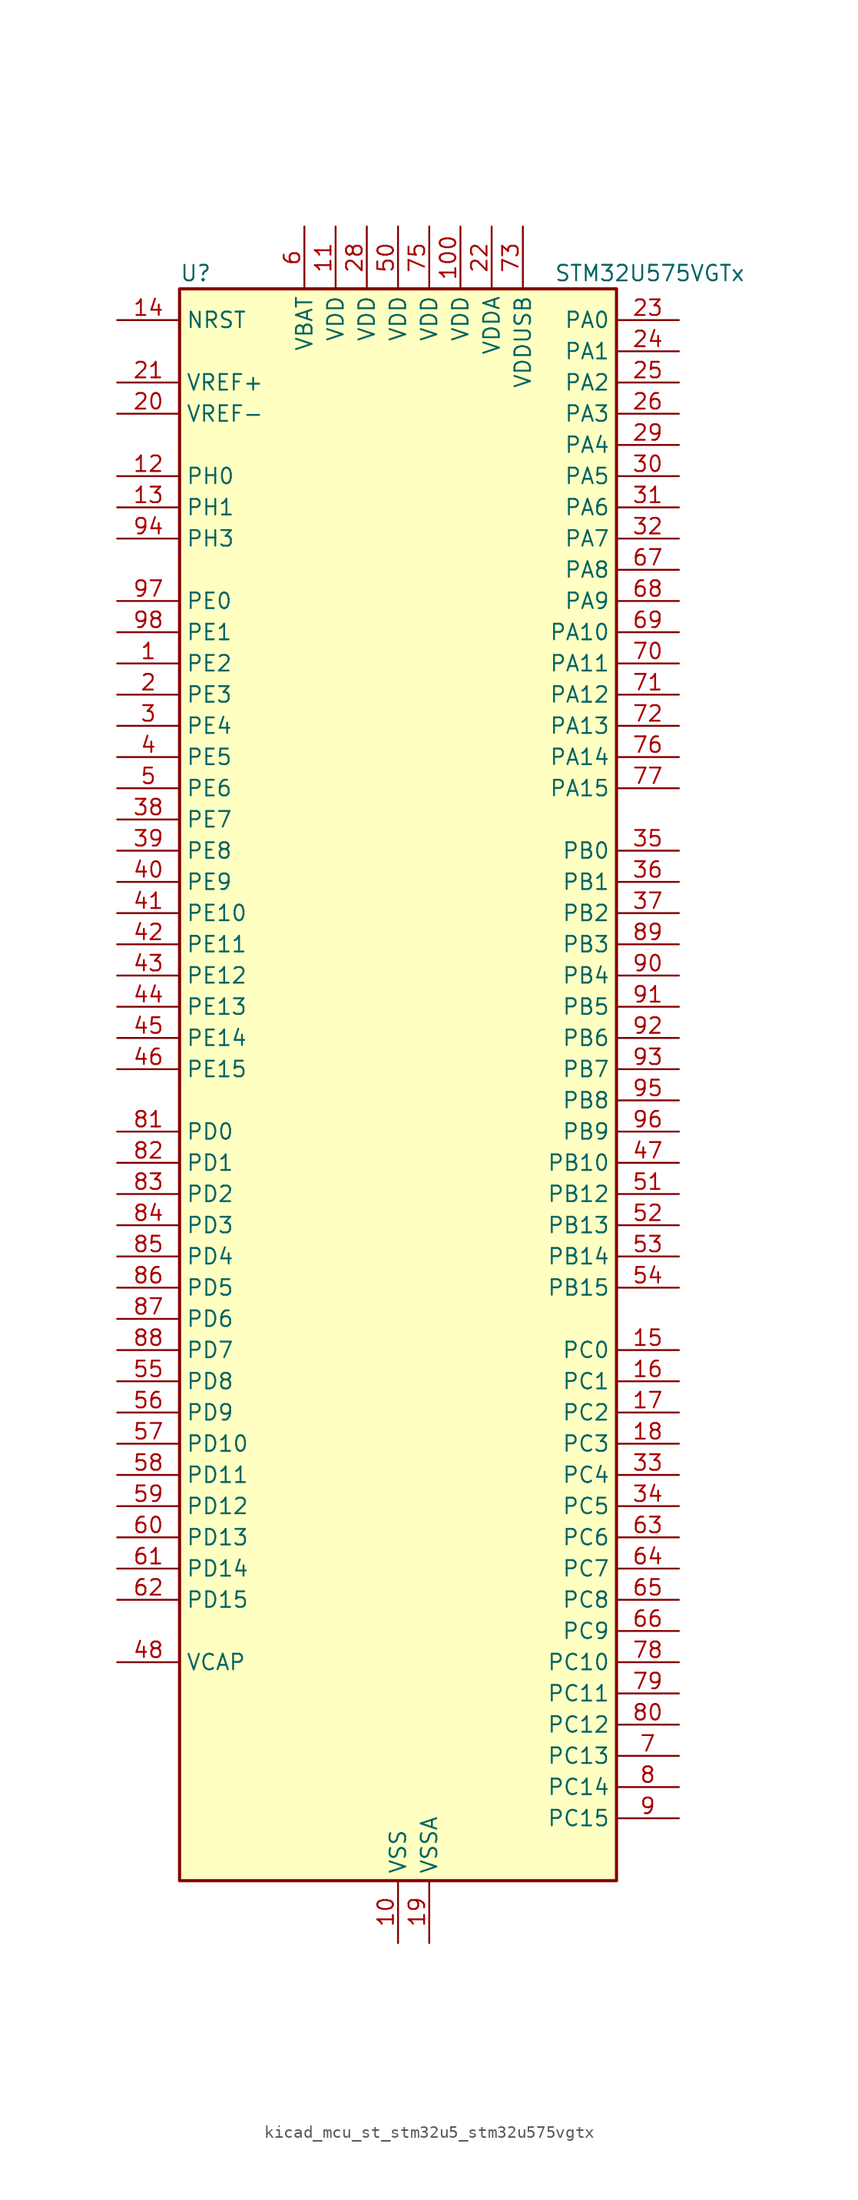
<source format=kicad_sym>
(kicad_symbol_lib
  (version 20220914)
  (generator kicad_symbol_editor)
  (symbol "kicad_mcu_st_stm32u5_stm32u575vgtx"
    (property "Reference" "U"
      (at -17.78 67.31 0)
      (effects (font (size 1.27 1.27)) (justify left)))
    (property "Value" "STM32U575VGTx"
      (at 12.7 67.31 0)
      (effects (font (size 1.27 1.27)) (justify left)))
    (property "ki_locked" ""
      (at 0 0 0)
      (effects (font (size 1.27 1.27))))
    (symbol "kicad_mcu_st_stm32u5_stm32u575vgtx_0_1"
      (rectangle (start -17.78 -63.5) (end 17.78 66.04) (stroke (width 0.254) (type default)) (fill (type background))))
    (symbol "kicad_mcu_st_stm32u5_stm32u575vgtx_1_1"
      (pin bidirectional line (at -22.86 35.56 0) (length 5.08) (name "PE2" (effects (font (size 1.27 1.27)))) (number "1" (effects (font (size 1.27 1.27)))) (alternate "DEBUG_TRACECLK" bidirectional line) (alternate "FMC_A23" bidirectional line) (alternate "SAI1_CK1" bidirectional line) (alternate "SAI1_MCLK_A" bidirectional line) (alternate "TIM3_ETR" bidirectional line) (alternate "TSC_G7_IO1" bidirectional line))
      (pin power_in line (at 0 -68.58 90) (length 5.08) (name "VSS" (effects (font (size 1.27 1.27)))) (number "10" (effects (font (size 1.27 1.27)))))
      (pin power_in line (at 5.08 71.12 270) (length 5.08) (name "VDD" (effects (font (size 1.27 1.27)))) (number "100" (effects (font (size 1.27 1.27)))))
      (pin power_in line (at -5.08 71.12 270) (length 5.08) (name "VDD" (effects (font (size 1.27 1.27)))) (number "11" (effects (font (size 1.27 1.27)))))
      (pin bidirectional line (at -22.86 50.8 0) (length 5.08) (name "PH0" (effects (font (size 1.27 1.27)))) (number "12" (effects (font (size 1.27 1.27)))) (alternate "RCC_OSC_IN" bidirectional line))
      (pin bidirectional line (at -22.86 48.26 0) (length 5.08) (name "PH1" (effects (font (size 1.27 1.27)))) (number "13" (effects (font (size 1.27 1.27)))) (alternate "RCC_OSC_OUT" bidirectional line))
      (pin input line (at -22.86 63.5 0) (length 5.08) (name "NRST" (effects (font (size 1.27 1.27)))) (number "14" (effects (font (size 1.27 1.27)))))
      (pin bidirectional line (at 22.86 -20.32 180) (length 5.08) (name "PC0" (effects (font (size 1.27 1.27)))) (number "15" (effects (font (size 1.27 1.27)))) (alternate "ADC1_IN1" bidirectional line) (alternate "ADC4_IN1" bidirectional line) (alternate "I2C3_SCL" bidirectional line) (alternate "LPTIM1_IN1" bidirectional line) (alternate "LPTIM2_IN1" bidirectional line) (alternate "LPUART1_RX" bidirectional line) (alternate "MDF1_SDI4" bidirectional line) (alternate "OCTOSPIM_P1_IO7" bidirectional line) (alternate "SAI2_FS_A" bidirectional line) (alternate "SDMMC1_D5" bidirectional line) (alternate "SPI2_RDY" bidirectional line))
      (pin bidirectional line (at 22.86 -22.86 180) (length 5.08) (name "PC1" (effects (font (size 1.27 1.27)))) (number "16" (effects (font (size 1.27 1.27)))) (alternate "ADC1_IN2" bidirectional line) (alternate "ADC4_IN2" bidirectional line) (alternate "DEBUG_TRACED0" bidirectional line) (alternate "I2C3_SDA" bidirectional line) (alternate "LPTIM1_CH1" bidirectional line) (alternate "LPUART1_TX" bidirectional line) (alternate "MDF1_CKI4" bidirectional line) (alternate "OCTOSPIM_P1_IO4" bidirectional line) (alternate "SAI1_SD_A" bidirectional line) (alternate "SDMMC2_CK" bidirectional line) (alternate "SPI2_MOSI" bidirectional line))
      (pin bidirectional line (at 22.86 -25.4 180) (length 5.08) (name "PC2" (effects (font (size 1.27 1.27)))) (number "17" (effects (font (size 1.27 1.27)))) (alternate "ADC1_IN3" bidirectional line) (alternate "ADC4_IN3" bidirectional line) (alternate "LPTIM1_IN2" bidirectional line) (alternate "MDF1_CCK1" bidirectional line) (alternate "OCTOSPIM_P1_IO5" bidirectional line) (alternate "SPI2_MISO" bidirectional line))
      (pin bidirectional line (at 22.86 -27.94 180) (length 5.08) (name "PC3" (effects (font (size 1.27 1.27)))) (number "18" (effects (font (size 1.27 1.27)))) (alternate "ADC1_IN4" bidirectional line) (alternate "ADC4_IN4" bidirectional line) (alternate "LPTIM1_ETR" bidirectional line) (alternate "LPTIM2_ETR" bidirectional line) (alternate "LPTIM3_CH1" bidirectional line) (alternate "OCTOSPIM_P1_IO6" bidirectional line) (alternate "SAI1_D1" bidirectional line) (alternate "SAI1_SD_A" bidirectional line) (alternate "SPI2_MOSI" bidirectional line))
      (pin power_in line (at 2.54 -68.58 90) (length 5.08) (name "VSSA" (effects (font (size 1.27 1.27)))) (number "19" (effects (font (size 1.27 1.27)))))
      (pin bidirectional line (at -22.86 33.02 0) (length 5.08) (name "PE3" (effects (font (size 1.27 1.27)))) (number "2" (effects (font (size 1.27 1.27)))) (alternate "DEBUG_TRACED0" bidirectional line) (alternate "FMC_A19" bidirectional line) (alternate "OCTOSPIM_P1_DQS" bidirectional line) (alternate "SAI1_SD_B" bidirectional line) (alternate "TAMP_IN6" bidirectional line) (alternate "TAMP_OUT3" bidirectional line) (alternate "TIM3_CH1" bidirectional line) (alternate "TSC_G7_IO2" bidirectional line))
      (pin input line (at -22.86 55.88 0) (length 5.08) (name "VREF-" (effects (font (size 1.27 1.27)))) (number "20" (effects (font (size 1.27 1.27)))))
      (pin input line (at -22.86 58.42 0) (length 5.08) (name "VREF+" (effects (font (size 1.27 1.27)))) (number "21" (effects (font (size 1.27 1.27)))) (alternate "VREFBUF_OUT" bidirectional line))
      (pin power_in line (at 7.62 71.12 270) (length 5.08) (name "VDDA" (effects (font (size 1.27 1.27)))) (number "22" (effects (font (size 1.27 1.27)))))
      (pin bidirectional line (at 22.86 63.5 180) (length 5.08) (name "PA0" (effects (font (size 1.27 1.27)))) (number "23" (effects (font (size 1.27 1.27)))) (alternate "ADC1_IN5" bidirectional line) (alternate "AUDIOCLK" bidirectional line) (alternate "OCTOSPIM_P2_NCS" bidirectional line) (alternate "OPAMP1_VINP" bidirectional line) (alternate "PWR_WKUP1" bidirectional line) (alternate "SDMMC2_CMD" bidirectional line) (alternate "SPI3_RDY" bidirectional line) (alternate "TAMP_IN2" bidirectional line) (alternate "TAMP_OUT1" bidirectional line) (alternate "TIM2_CH1" bidirectional line) (alternate "TIM2_ETR" bidirectional line) (alternate "TIM5_CH1" bidirectional line) (alternate "TIM8_ETR" bidirectional line) (alternate "UART4_TX" bidirectional line) (alternate "USART2_CTS" bidirectional line))
      (pin bidirectional line (at 22.86 60.96 180) (length 5.08) (name "PA1" (effects (font (size 1.27 1.27)))) (number "24" (effects (font (size 1.27 1.27)))) (alternate "ADC1_IN6" bidirectional line) (alternate "I2C1_SMBA" bidirectional line) (alternate "LPTIM1_CH2" bidirectional line) (alternate "OCTOSPIM_P1_DQS" bidirectional line) (alternate "OPAMP1_VINM" bidirectional line) (alternate "PWR_WKUP3" bidirectional line) (alternate "SPI1_SCK" bidirectional line) (alternate "TAMP_IN5" bidirectional line) (alternate "TAMP_OUT4" bidirectional line) (alternate "TIM15_CH1N" bidirectional line) (alternate "TIM2_CH2" bidirectional line) (alternate "TIM5_CH2" bidirectional line) (alternate "UART4_RX" bidirectional line) (alternate "USART2_DE" bidirectional line) (alternate "USART2_RTS" bidirectional line))
      (pin bidirectional line (at 22.86 58.42 180) (length 5.08) (name "PA2" (effects (font (size 1.27 1.27)))) (number "25" (effects (font (size 1.27 1.27)))) (alternate "ADC1_IN7" bidirectional line) (alternate "COMP1_INP" bidirectional line) (alternate "LPUART1_TX" bidirectional line) (alternate "OCTOSPIM_P1_NCS" bidirectional line) (alternate "PWR_WKUP4" bidirectional line) (alternate "RCC_LSCO" bidirectional line) (alternate "SPI1_RDY" bidirectional line) (alternate "TIM15_CH1" bidirectional line) (alternate "TIM2_CH3" bidirectional line) (alternate "TIM5_CH3" bidirectional line) (alternate "UCPD1_FRSTX1" bidirectional line) (alternate "USART2_TX" bidirectional line))
      (pin bidirectional line (at 22.86 55.88 180) (length 5.08) (name "PA3" (effects (font (size 1.27 1.27)))) (number "26" (effects (font (size 1.27 1.27)))) (alternate "ADC1_IN8" bidirectional line) (alternate "LPUART1_RX" bidirectional line) (alternate "OCTOSPIM_P1_CLK" bidirectional line) (alternate "OPAMP1_VOUT" bidirectional line) (alternate "PWR_WKUP5" bidirectional line) (alternate "SAI1_CK1" bidirectional line) (alternate "SAI1_MCLK_A" bidirectional line) (alternate "TIM15_CH2" bidirectional line) (alternate "TIM2_CH4" bidirectional line) (alternate "TIM5_CH4" bidirectional line) (alternate "USART2_RX" bidirectional line))
      (pin passive line (at 0 -68.58 90) (length 5.08) hide (name "VSS" (effects (font (size 1.27 1.27)))) (number "27" (effects (font (size 1.27 1.27)))))
      (pin power_in line (at -2.54 71.12 270) (length 5.08) (name "VDD" (effects (font (size 1.27 1.27)))) (number "28" (effects (font (size 1.27 1.27)))))
      (pin bidirectional line (at 22.86 53.34 180) (length 5.08) (name "PA4" (effects (font (size 1.27 1.27)))) (number "29" (effects (font (size 1.27 1.27)))) (alternate "ADC1_IN9" bidirectional line) (alternate "ADC4_IN9" bidirectional line) (alternate "DAC1_OUT1" bidirectional line) (alternate "DCMI_HSYNC" bidirectional line) (alternate "LPTIM2_CH1" bidirectional line) (alternate "OCTOSPIM_P1_NCS" bidirectional line) (alternate "PSSI_DE" bidirectional line) (alternate "PWR_WKUP2" bidirectional line) (alternate "SAI1_FS_B" bidirectional line) (alternate "SPI1_NSS" bidirectional line) (alternate "SPI3_NSS" bidirectional line) (alternate "USART2_CK" bidirectional line))
      (pin bidirectional line (at -22.86 30.48 0) (length 5.08) (name "PE4" (effects (font (size 1.27 1.27)))) (number "3" (effects (font (size 1.27 1.27)))) (alternate "DCMI_D4" bidirectional line) (alternate "DEBUG_TRACED1" bidirectional line) (alternate "FMC_A20" bidirectional line) (alternate "MDF1_SDI3" bidirectional line) (alternate "PSSI_D4" bidirectional line) (alternate "PWR_WKUP1" bidirectional line) (alternate "SAI1_D2" bidirectional line) (alternate "SAI1_FS_A" bidirectional line) (alternate "TAMP_IN7" bidirectional line) (alternate "TAMP_OUT8" bidirectional line) (alternate "TIM3_CH2" bidirectional line) (alternate "TSC_G7_IO3" bidirectional line))
      (pin bidirectional line (at 22.86 50.8 180) (length 5.08) (name "PA5" (effects (font (size 1.27 1.27)))) (number "30" (effects (font (size 1.27 1.27)))) (alternate "ADC1_IN10" bidirectional line) (alternate "ADC4_IN10" bidirectional line) (alternate "DAC1_OUT2" bidirectional line) (alternate "LPTIM2_ETR" bidirectional line) (alternate "PSSI_D14" bidirectional line) (alternate "PWR_CSLEEP" bidirectional line) (alternate "PWR_WKUP6" bidirectional line) (alternate "SPI1_SCK" bidirectional line) (alternate "TIM2_CH1" bidirectional line) (alternate "TIM2_ETR" bidirectional line) (alternate "TIM8_CH1N" bidirectional line) (alternate "USART3_RX" bidirectional line))
      (pin bidirectional line (at 22.86 48.26 180) (length 5.08) (name "PA6" (effects (font (size 1.27 1.27)))) (number "31" (effects (font (size 1.27 1.27)))) (alternate "ADC1_IN11" bidirectional line) (alternate "ADC4_IN11" bidirectional line) (alternate "DCMI_PIXCLK" bidirectional line) (alternate "LPUART1_CTS" bidirectional line) (alternate "OCTOSPIM_P1_IO3" bidirectional line) (alternate "OPAMP2_VINP" bidirectional line) (alternate "PSSI_PDCK" bidirectional line) (alternate "PWR_CDSTOP" bidirectional line) (alternate "PWR_WKUP7" bidirectional line) (alternate "SPI1_MISO" bidirectional line) (alternate "TIM16_CH1" bidirectional line) (alternate "TIM1_BKIN" bidirectional line) (alternate "TIM3_CH1" bidirectional line) (alternate "TIM8_BKIN" bidirectional line) (alternate "USART3_CTS" bidirectional line))
      (pin bidirectional line (at 22.86 45.72 180) (length 5.08) (name "PA7" (effects (font (size 1.27 1.27)))) (number "32" (effects (font (size 1.27 1.27)))) (alternate "ADC1_IN12" bidirectional line) (alternate "ADC4_IN20" bidirectional line) (alternate "I2C3_SCL" bidirectional line) (alternate "LPTIM2_CH2" bidirectional line) (alternate "OCTOSPIM_P1_IO2" bidirectional line) (alternate "OPAMP2_VINM" bidirectional line) (alternate "PWR_SRDSTOP" bidirectional line) (alternate "PWR_WKUP8" bidirectional line) (alternate "SPI1_MOSI" bidirectional line) (alternate "TIM17_CH1" bidirectional line) (alternate "TIM1_CH1N" bidirectional line) (alternate "TIM3_CH2" bidirectional line) (alternate "TIM8_CH1N" bidirectional line) (alternate "USART3_TX" bidirectional line))
      (pin bidirectional line (at 22.86 -30.48 180) (length 5.08) (name "PC4" (effects (font (size 1.27 1.27)))) (number "33" (effects (font (size 1.27 1.27)))) (alternate "ADC1_IN13" bidirectional line) (alternate "ADC4_IN22" bidirectional line) (alternate "COMP1_INM" bidirectional line) (alternate "OCTOSPIM_P1_IO7" bidirectional line) (alternate "USART3_TX" bidirectional line))
      (pin bidirectional line (at 22.86 -33.02 180) (length 5.08) (name "PC5" (effects (font (size 1.27 1.27)))) (number "34" (effects (font (size 1.27 1.27)))) (alternate "ADC1_IN14" bidirectional line) (alternate "ADC4_IN23" bidirectional line) (alternate "COMP1_INP" bidirectional line) (alternate "PSSI_D15" bidirectional line) (alternate "PWR_WKUP5" bidirectional line) (alternate "SAI1_D3" bidirectional line) (alternate "TAMP_IN4" bidirectional line) (alternate "TAMP_OUT5" bidirectional line) (alternate "TIM1_CH4N" bidirectional line) (alternate "USART3_RX" bidirectional line))
      (pin bidirectional line (at 22.86 20.32 180) (length 5.08) (name "PB0" (effects (font (size 1.27 1.27)))) (number "35" (effects (font (size 1.27 1.27)))) (alternate "ADC1_IN15" bidirectional line) (alternate "ADC4_IN18" bidirectional line) (alternate "AUDIOCLK" bidirectional line) (alternate "COMP1_OUT" bidirectional line) (alternate "LPTIM3_CH1" bidirectional line) (alternate "OCTOSPIM_P1_IO1" bidirectional line) (alternate "OPAMP2_VOUT" bidirectional line) (alternate "SPI1_NSS" bidirectional line) (alternate "TIM1_CH2N" bidirectional line) (alternate "TIM3_CH3" bidirectional line) (alternate "TIM8_CH2N" bidirectional line) (alternate "USART3_CK" bidirectional line))
      (pin bidirectional line (at 22.86 17.78 180) (length 5.08) (name "PB1" (effects (font (size 1.27 1.27)))) (number "36" (effects (font (size 1.27 1.27)))) (alternate "ADC1_IN16" bidirectional line) (alternate "ADC4_IN19" bidirectional line) (alternate "COMP1_INM" bidirectional line) (alternate "LPTIM2_IN1" bidirectional line) (alternate "LPTIM3_CH2" bidirectional line) (alternate "LPUART1_DE" bidirectional line) (alternate "LPUART1_RTS" bidirectional line) (alternate "MDF1_SDI0" bidirectional line) (alternate "OCTOSPIM_P1_IO0" bidirectional line) (alternate "PWR_WKUP4" bidirectional line) (alternate "TIM1_CH3N" bidirectional line) (alternate "TIM3_CH4" bidirectional line) (alternate "TIM8_CH3N" bidirectional line) (alternate "USART3_DE" bidirectional line) (alternate "USART3_RTS" bidirectional line))
      (pin bidirectional line (at 22.86 15.24 180) (length 5.08) (name "PB2" (effects (font (size 1.27 1.27)))) (number "37" (effects (font (size 1.27 1.27)))) (alternate "ADC1_IN17" bidirectional line) (alternate "COMP1_INP" bidirectional line) (alternate "I2C3_SMBA" bidirectional line) (alternate "LPTIM1_CH1" bidirectional line) (alternate "MDF1_CKI0" bidirectional line) (alternate "OCTOSPIM_P1_DQS" bidirectional line) (alternate "PWR_WKUP1" bidirectional line) (alternate "RTC_OUT2" bidirectional line) (alternate "SPI1_RDY" bidirectional line) (alternate "TIM8_CH4N" bidirectional line) (alternate "UCPD1_FRSTX1" bidirectional line))
      (pin bidirectional line (at -22.86 22.86 0) (length 5.08) (name "PE7" (effects (font (size 1.27 1.27)))) (number "38" (effects (font (size 1.27 1.27)))) (alternate "FMC_D4" bidirectional line) (alternate "FMC_DA4" bidirectional line) (alternate "MDF1_SDI2" bidirectional line) (alternate "PWR_WKUP6" bidirectional line) (alternate "SAI1_SD_B" bidirectional line) (alternate "TIM1_ETR" bidirectional line))
      (pin bidirectional line (at -22.86 20.32 0) (length 5.08) (name "PE8" (effects (font (size 1.27 1.27)))) (number "39" (effects (font (size 1.27 1.27)))) (alternate "FMC_D5" bidirectional line) (alternate "FMC_DA5" bidirectional line) (alternate "MDF1_CKI2" bidirectional line) (alternate "PWR_WKUP7" bidirectional line) (alternate "SAI1_SCK_B" bidirectional line) (alternate "TIM1_CH1N" bidirectional line))
      (pin bidirectional line (at -22.86 27.94 0) (length 5.08) (name "PE5" (effects (font (size 1.27 1.27)))) (number "4" (effects (font (size 1.27 1.27)))) (alternate "DCMI_D6" bidirectional line) (alternate "DEBUG_TRACED2" bidirectional line) (alternate "FMC_A21" bidirectional line) (alternate "MDF1_CKI3" bidirectional line) (alternate "PSSI_D6" bidirectional line) (alternate "PWR_WKUP2" bidirectional line) (alternate "SAI1_CK2" bidirectional line) (alternate "SAI1_SCK_A" bidirectional line) (alternate "TAMP_IN8" bidirectional line) (alternate "TAMP_OUT7" bidirectional line) (alternate "TIM3_CH3" bidirectional line) (alternate "TSC_G7_IO4" bidirectional line))
      (pin bidirectional line (at -22.86 17.78 0) (length 5.08) (name "PE9" (effects (font (size 1.27 1.27)))) (number "40" (effects (font (size 1.27 1.27)))) (alternate "ADF1_CCK0" bidirectional line) (alternate "DAC1_EXTI9" bidirectional line) (alternate "FMC_D6" bidirectional line) (alternate "FMC_DA6" bidirectional line) (alternate "MDF1_CCK0" bidirectional line) (alternate "OCTOSPIM_P1_NCLK" bidirectional line) (alternate "SAI1_FS_B" bidirectional line) (alternate "TIM1_CH1" bidirectional line))
      (pin bidirectional line (at -22.86 15.24 0) (length 5.08) (name "PE10" (effects (font (size 1.27 1.27)))) (number "41" (effects (font (size 1.27 1.27)))) (alternate "ADF1_SDI0" bidirectional line) (alternate "FMC_D7" bidirectional line) (alternate "FMC_DA7" bidirectional line) (alternate "MDF1_SDI4" bidirectional line) (alternate "OCTOSPIM_P1_CLK" bidirectional line) (alternate "SAI1_MCLK_B" bidirectional line) (alternate "TIM1_CH2N" bidirectional line) (alternate "TSC_G5_IO1" bidirectional line))
      (pin bidirectional line (at -22.86 12.7 0) (length 5.08) (name "PE11" (effects (font (size 1.27 1.27)))) (number "42" (effects (font (size 1.27 1.27)))) (alternate "ADC1_EXTI11" bidirectional line) (alternate "FMC_D8" bidirectional line) (alternate "FMC_DA8" bidirectional line) (alternate "MDF1_CKI4" bidirectional line) (alternate "OCTOSPIM_P1_NCS" bidirectional line) (alternate "SPI1_RDY" bidirectional line) (alternate "TIM1_CH2" bidirectional line) (alternate "TSC_G5_IO2" bidirectional line))
      (pin bidirectional line (at -22.86 10.16 0) (length 5.08) (name "PE12" (effects (font (size 1.27 1.27)))) (number "43" (effects (font (size 1.27 1.27)))) (alternate "FMC_D9" bidirectional line) (alternate "FMC_DA9" bidirectional line) (alternate "MDF1_SDI5" bidirectional line) (alternate "OCTOSPIM_P1_IO0" bidirectional line) (alternate "SPI1_NSS" bidirectional line) (alternate "TIM1_CH3N" bidirectional line) (alternate "TSC_G5_IO3" bidirectional line))
      (pin bidirectional line (at -22.86 7.62 0) (length 5.08) (name "PE13" (effects (font (size 1.27 1.27)))) (number "44" (effects (font (size 1.27 1.27)))) (alternate "FMC_D10" bidirectional line) (alternate "FMC_DA10" bidirectional line) (alternate "MDF1_CKI5" bidirectional line) (alternate "OCTOSPIM_P1_IO1" bidirectional line) (alternate "SPI1_SCK" bidirectional line) (alternate "TIM1_CH3" bidirectional line) (alternate "TSC_G5_IO4" bidirectional line))
      (pin bidirectional line (at -22.86 5.08 0) (length 5.08) (name "PE14" (effects (font (size 1.27 1.27)))) (number "45" (effects (font (size 1.27 1.27)))) (alternate "FMC_D11" bidirectional line) (alternate "FMC_DA11" bidirectional line) (alternate "OCTOSPIM_P1_IO2" bidirectional line) (alternate "SPI1_MISO" bidirectional line) (alternate "TIM1_BKIN2" bidirectional line) (alternate "TIM1_CH4" bidirectional line))
      (pin bidirectional line (at -22.86 2.54 0) (length 5.08) (name "PE15" (effects (font (size 1.27 1.27)))) (number "46" (effects (font (size 1.27 1.27)))) (alternate "ADC1_EXTI15" bidirectional line) (alternate "ADC4_EXTI15" bidirectional line) (alternate "FMC_D12" bidirectional line) (alternate "FMC_DA12" bidirectional line) (alternate "OCTOSPIM_P1_IO3" bidirectional line) (alternate "SPI1_MOSI" bidirectional line) (alternate "TIM1_BKIN" bidirectional line) (alternate "TIM1_CH4N" bidirectional line))
      (pin bidirectional line (at 22.86 -5.08 180) (length 5.08) (name "PB10" (effects (font (size 1.27 1.27)))) (number "47" (effects (font (size 1.27 1.27)))) (alternate "COMP1_OUT" bidirectional line) (alternate "I2C2_SCL" bidirectional line) (alternate "I2C4_SCL" bidirectional line) (alternate "LPTIM3_CH1" bidirectional line) (alternate "LPUART1_RX" bidirectional line) (alternate "OCTOSPIM_P1_CLK" bidirectional line) (alternate "PWR_WKUP8" bidirectional line) (alternate "SAI1_SCK_A" bidirectional line) (alternate "SPI2_SCK" bidirectional line) (alternate "TIM2_CH3" bidirectional line) (alternate "TSC_SYNC" bidirectional line) (alternate "USART3_TX" bidirectional line))
      (pin power_out line (at -22.86 -45.72 0) (length 5.08) (name "VCAP" (effects (font (size 1.27 1.27)))) (number "48" (effects (font (size 1.27 1.27)))))
      (pin passive line (at 0 -68.58 90) (length 5.08) hide (name "VSS" (effects (font (size 1.27 1.27)))) (number "49" (effects (font (size 1.27 1.27)))))
      (pin bidirectional line (at -22.86 25.4 0) (length 5.08) (name "PE6" (effects (font (size 1.27 1.27)))) (number "5" (effects (font (size 1.27 1.27)))) (alternate "DCMI_D7" bidirectional line) (alternate "DEBUG_TRACED3" bidirectional line) (alternate "FMC_A22" bidirectional line) (alternate "PSSI_D7" bidirectional line) (alternate "PWR_WKUP3" bidirectional line) (alternate "SAI1_D1" bidirectional line) (alternate "SAI1_SD_A" bidirectional line) (alternate "TAMP_IN3" bidirectional line) (alternate "TAMP_OUT6" bidirectional line) (alternate "TIM3_CH4" bidirectional line))
      (pin power_in line (at 0 71.12 270) (length 5.08) (name "VDD" (effects (font (size 1.27 1.27)))) (number "50" (effects (font (size 1.27 1.27)))))
      (pin bidirectional line (at 22.86 -7.62 180) (length 5.08) (name "PB12" (effects (font (size 1.27 1.27)))) (number "51" (effects (font (size 1.27 1.27)))) (alternate "I2C2_SMBA" bidirectional line) (alternate "LPUART1_DE" bidirectional line) (alternate "LPUART1_RTS" bidirectional line) (alternate "MDF1_SDI1" bidirectional line) (alternate "OCTOSPIM_P1_NCLK" bidirectional line) (alternate "SAI2_FS_A" bidirectional line) (alternate "SPI2_NSS" bidirectional line) (alternate "TIM15_BKIN" bidirectional line) (alternate "TIM1_BKIN" bidirectional line) (alternate "TSC_G1_IO1" bidirectional line) (alternate "USART3_CK" bidirectional line))
      (pin bidirectional line (at 22.86 -10.16 180) (length 5.08) (name "PB13" (effects (font (size 1.27 1.27)))) (number "52" (effects (font (size 1.27 1.27)))) (alternate "I2C2_SCL" bidirectional line) (alternate "LPTIM3_IN1" bidirectional line) (alternate "LPUART1_CTS" bidirectional line) (alternate "MDF1_CKI1" bidirectional line) (alternate "SAI2_SCK_A" bidirectional line) (alternate "SPI2_SCK" bidirectional line) (alternate "TIM15_CH1N" bidirectional line) (alternate "TIM1_CH1N" bidirectional line) (alternate "TSC_G1_IO2" bidirectional line) (alternate "USART3_CTS" bidirectional line))
      (pin bidirectional line (at 22.86 -12.7 180) (length 5.08) (name "PB14" (effects (font (size 1.27 1.27)))) (number "53" (effects (font (size 1.27 1.27)))) (alternate "I2C2_SDA" bidirectional line) (alternate "LPTIM3_ETR" bidirectional line) (alternate "MDF1_SDI2" bidirectional line) (alternate "SAI2_MCLK_A" bidirectional line) (alternate "SDMMC2_D0" bidirectional line) (alternate "SPI2_MISO" bidirectional line) (alternate "TIM15_CH1" bidirectional line) (alternate "TIM1_CH2N" bidirectional line) (alternate "TIM8_CH2N" bidirectional line) (alternate "TSC_G1_IO3" bidirectional line) (alternate "UCPD1_DBCC2" bidirectional line) (alternate "USART3_DE" bidirectional line) (alternate "USART3_RTS" bidirectional line))
      (pin bidirectional line (at 22.86 -15.24 180) (length 5.08) (name "PB15" (effects (font (size 1.27 1.27)))) (number "54" (effects (font (size 1.27 1.27)))) (alternate "ADC1_EXTI15" bidirectional line) (alternate "ADC4_EXTI15" bidirectional line) (alternate "FMC_NBL1" bidirectional line) (alternate "LPTIM2_IN2" bidirectional line) (alternate "MDF1_CKI2" bidirectional line) (alternate "PWR_WKUP7" bidirectional line) (alternate "RTC_REFIN" bidirectional line) (alternate "SAI2_SD_A" bidirectional line) (alternate "SDMMC2_D1" bidirectional line) (alternate "SPI2_MOSI" bidirectional line) (alternate "TIM15_CH2" bidirectional line) (alternate "TIM1_CH3N" bidirectional line) (alternate "TIM8_CH3N" bidirectional line) (alternate "UCPD1_CC2" bidirectional line))
      (pin bidirectional line (at -22.86 -22.86 0) (length 5.08) (name "PD8" (effects (font (size 1.27 1.27)))) (number "55" (effects (font (size 1.27 1.27)))) (alternate "DCMI_HSYNC" bidirectional line) (alternate "FMC_D13" bidirectional line) (alternate "FMC_DA13" bidirectional line) (alternate "PSSI_DE" bidirectional line) (alternate "USART3_TX" bidirectional line))
      (pin bidirectional line (at -22.86 -25.4 0) (length 5.08) (name "PD9" (effects (font (size 1.27 1.27)))) (number "56" (effects (font (size 1.27 1.27)))) (alternate "DAC1_EXTI9" bidirectional line) (alternate "DCMI_PIXCLK" bidirectional line) (alternate "FMC_D14" bidirectional line) (alternate "FMC_DA14" bidirectional line) (alternate "LPTIM2_IN2" bidirectional line) (alternate "LPTIM3_IN1" bidirectional line) (alternate "PSSI_PDCK" bidirectional line) (alternate "SAI2_MCLK_A" bidirectional line) (alternate "USART3_RX" bidirectional line))
      (pin bidirectional line (at -22.86 -27.94 0) (length 5.08) (name "PD10" (effects (font (size 1.27 1.27)))) (number "57" (effects (font (size 1.27 1.27)))) (alternate "FMC_D15" bidirectional line) (alternate "FMC_DA15" bidirectional line) (alternate "LPTIM2_CH2" bidirectional line) (alternate "LPTIM3_ETR" bidirectional line) (alternate "SAI2_SCK_A" bidirectional line) (alternate "TSC_G6_IO1" bidirectional line) (alternate "USART3_CK" bidirectional line))
      (pin bidirectional line (at -22.86 -30.48 0) (length 5.08) (name "PD11" (effects (font (size 1.27 1.27)))) (number "58" (effects (font (size 1.27 1.27)))) (alternate "ADC1_EXTI11" bidirectional line) (alternate "ADC4_IN15" bidirectional line) (alternate "FMC_A16" bidirectional line) (alternate "FMC_CLE" bidirectional line) (alternate "I2C4_SMBA" bidirectional line) (alternate "LPTIM2_ETR" bidirectional line) (alternate "SAI2_SD_A" bidirectional line) (alternate "TSC_G6_IO2" bidirectional line) (alternate "USART3_CTS" bidirectional line))
      (pin bidirectional line (at -22.86 -33.02 0) (length 5.08) (name "PD12" (effects (font (size 1.27 1.27)))) (number "59" (effects (font (size 1.27 1.27)))) (alternate "ADC4_IN16" bidirectional line) (alternate "FMC_A17" bidirectional line) (alternate "FMC_ALE" bidirectional line) (alternate "I2C4_SCL" bidirectional line) (alternate "LPTIM2_IN1" bidirectional line) (alternate "SAI2_FS_A" bidirectional line) (alternate "TIM4_CH1" bidirectional line) (alternate "TSC_G6_IO3" bidirectional line) (alternate "USART3_DE" bidirectional line) (alternate "USART3_RTS" bidirectional line))
      (pin power_in line (at -7.62 71.12 270) (length 5.08) (name "VBAT" (effects (font (size 1.27 1.27)))) (number "6" (effects (font (size 1.27 1.27)))))
      (pin bidirectional line (at -22.86 -35.56 0) (length 5.08) (name "PD13" (effects (font (size 1.27 1.27)))) (number "60" (effects (font (size 1.27 1.27)))) (alternate "ADC4_IN17" bidirectional line) (alternate "FMC_A18" bidirectional line) (alternate "I2C4_SDA" bidirectional line) (alternate "LPTIM2_CH1" bidirectional line) (alternate "LPTIM4_IN1" bidirectional line) (alternate "TIM4_CH2" bidirectional line) (alternate "TSC_G6_IO4" bidirectional line))
      (pin bidirectional line (at -22.86 -38.1 0) (length 5.08) (name "PD14" (effects (font (size 1.27 1.27)))) (number "61" (effects (font (size 1.27 1.27)))) (alternate "FMC_D0" bidirectional line) (alternate "FMC_DA0" bidirectional line) (alternate "LPTIM3_CH1" bidirectional line) (alternate "TIM4_CH3" bidirectional line))
      (pin bidirectional line (at -22.86 -40.64 0) (length 5.08) (name "PD15" (effects (font (size 1.27 1.27)))) (number "62" (effects (font (size 1.27 1.27)))) (alternate "ADC1_EXTI15" bidirectional line) (alternate "ADC4_EXTI15" bidirectional line) (alternate "FMC_D1" bidirectional line) (alternate "FMC_DA1" bidirectional line) (alternate "LPTIM3_CH2" bidirectional line) (alternate "TIM4_CH4" bidirectional line))
      (pin bidirectional line (at 22.86 -35.56 180) (length 5.08) (name "PC6" (effects (font (size 1.27 1.27)))) (number "63" (effects (font (size 1.27 1.27)))) (alternate "DCMI_D0" bidirectional line) (alternate "MDF1_CKI3" bidirectional line) (alternate "PSSI_D0" bidirectional line) (alternate "PWR_CSLEEP" bidirectional line) (alternate "SAI2_MCLK_A" bidirectional line) (alternate "SDMMC1_D0DIR" bidirectional line) (alternate "SDMMC1_D6" bidirectional line) (alternate "SDMMC2_D6" bidirectional line) (alternate "TIM3_CH1" bidirectional line) (alternate "TIM8_CH1" bidirectional line) (alternate "TSC_G4_IO1" bidirectional line))
      (pin bidirectional line (at 22.86 -38.1 180) (length 5.08) (name "PC7" (effects (font (size 1.27 1.27)))) (number "64" (effects (font (size 1.27 1.27)))) (alternate "DCMI_D1" bidirectional line) (alternate "LPTIM2_CH2" bidirectional line) (alternate "MDF1_SDI3" bidirectional line) (alternate "PSSI_D1" bidirectional line) (alternate "PWR_CDSTOP" bidirectional line) (alternate "SAI2_MCLK_B" bidirectional line) (alternate "SDMMC1_D123DIR" bidirectional line) (alternate "SDMMC1_D7" bidirectional line) (alternate "SDMMC2_D7" bidirectional line) (alternate "TIM3_CH2" bidirectional line) (alternate "TIM8_CH2" bidirectional line) (alternate "TSC_G4_IO2" bidirectional line))
      (pin bidirectional line (at 22.86 -40.64 180) (length 5.08) (name "PC8" (effects (font (size 1.27 1.27)))) (number "65" (effects (font (size 1.27 1.27)))) (alternate "DCMI_D2" bidirectional line) (alternate "LPTIM3_CH1" bidirectional line) (alternate "PSSI_D2" bidirectional line) (alternate "PWR_SRDSTOP" bidirectional line) (alternate "SDMMC1_D0" bidirectional line) (alternate "TIM3_CH3" bidirectional line) (alternate "TIM8_CH3" bidirectional line) (alternate "TSC_G4_IO3" bidirectional line))
      (pin bidirectional line (at 22.86 -43.18 180) (length 5.08) (name "PC9" (effects (font (size 1.27 1.27)))) (number "66" (effects (font (size 1.27 1.27)))) (alternate "DAC1_EXTI9" bidirectional line) (alternate "DCMI_D3" bidirectional line) (alternate "DEBUG_TRACED0" bidirectional line) (alternate "LPTIM3_CH2" bidirectional line) (alternate "PSSI_D3" bidirectional line) (alternate "SDMMC1_D1" bidirectional line) (alternate "TIM3_CH4" bidirectional line) (alternate "TIM8_BKIN2" bidirectional line) (alternate "TIM8_CH4" bidirectional line) (alternate "TSC_G4_IO4" bidirectional line) (alternate "USB_OTG_FS_NOE" bidirectional line))
      (pin bidirectional line (at 22.86 43.18 180) (length 5.08) (name "PA8" (effects (font (size 1.27 1.27)))) (number "67" (effects (font (size 1.27 1.27)))) (alternate "DEBUG_TRACECLK" bidirectional line) (alternate "LPTIM2_CH1" bidirectional line) (alternate "RCC_MCO" bidirectional line) (alternate "SAI1_CK2" bidirectional line) (alternate "SAI1_SCK_A" bidirectional line) (alternate "SPI1_RDY" bidirectional line) (alternate "TIM1_CH1" bidirectional line) (alternate "USART1_CK" bidirectional line) (alternate "USB_OTG_FS_SOF" bidirectional line))
      (pin bidirectional line (at 22.86 40.64 180) (length 5.08) (name "PA9" (effects (font (size 1.27 1.27)))) (number "68" (effects (font (size 1.27 1.27)))) (alternate "DAC1_EXTI9" bidirectional line) (alternate "DCMI_D0" bidirectional line) (alternate "PSSI_D0" bidirectional line) (alternate "SAI1_FS_A" bidirectional line) (alternate "SPI2_SCK" bidirectional line) (alternate "TIM15_BKIN" bidirectional line) (alternate "TIM1_CH2" bidirectional line) (alternate "USART1_TX" bidirectional line) (alternate "USB_OTG_FS_VBUS" bidirectional line))
      (pin bidirectional line (at 22.86 38.1 180) (length 5.08) (name "PA10" (effects (font (size 1.27 1.27)))) (number "69" (effects (font (size 1.27 1.27)))) (alternate "CRS_SYNC" bidirectional line) (alternate "DCMI_D1" bidirectional line) (alternate "LPTIM2_IN2" bidirectional line) (alternate "PSSI_D1" bidirectional line) (alternate "SAI1_D1" bidirectional line) (alternate "SAI1_SD_A" bidirectional line) (alternate "TIM17_BKIN" bidirectional line) (alternate "TIM1_CH3" bidirectional line) (alternate "USART1_RX" bidirectional line) (alternate "USB_OTG_FS_ID" bidirectional line))
      (pin bidirectional line (at 22.86 -53.34 180) (length 5.08) (name "PC13" (effects (font (size 1.27 1.27)))) (number "7" (effects (font (size 1.27 1.27)))) (alternate "PWR_WKUP2" bidirectional line) (alternate "RTC_OUT1" bidirectional line) (alternate "RTC_TS" bidirectional line) (alternate "TAMP_IN1" bidirectional line) (alternate "TAMP_OUT2" bidirectional line))
      (pin bidirectional line (at 22.86 35.56 180) (length 5.08) (name "PA11" (effects (font (size 1.27 1.27)))) (number "70" (effects (font (size 1.27 1.27)))) (alternate "ADC1_EXTI11" bidirectional line) (alternate "FDCAN1_RX" bidirectional line) (alternate "SPI1_MISO" bidirectional line) (alternate "TIM1_BKIN2" bidirectional line) (alternate "TIM1_CH4" bidirectional line) (alternate "USART1_CTS" bidirectional line) (alternate "USB_OTG_FS_DM" bidirectional line))
      (pin bidirectional line (at 22.86 33.02 180) (length 5.08) (name "PA12" (effects (font (size 1.27 1.27)))) (number "71" (effects (font (size 1.27 1.27)))) (alternate "FDCAN1_TX" bidirectional line) (alternate "OCTOSPIM_P2_NCS" bidirectional line) (alternate "SPI1_MOSI" bidirectional line) (alternate "TIM1_ETR" bidirectional line) (alternate "USART1_DE" bidirectional line) (alternate "USART1_RTS" bidirectional line) (alternate "USB_OTG_FS_DP" bidirectional line))
      (pin bidirectional line (at 22.86 30.48 180) (length 5.08) (name "PA13" (effects (font (size 1.27 1.27)))) (number "72" (effects (font (size 1.27 1.27)))) (alternate "DEBUG_JTMS-SWDIO" bidirectional line) (alternate "IR_OUT" bidirectional line) (alternate "SAI1_SD_B" bidirectional line) (alternate "USB_OTG_FS_NOE" bidirectional line))
      (pin power_in line (at 10.16 71.12 270) (length 5.08) (name "VDDUSB" (effects (font (size 1.27 1.27)))) (number "73" (effects (font (size 1.27 1.27)))))
      (pin passive line (at 0 -68.58 90) (length 5.08) hide (name "VSS" (effects (font (size 1.27 1.27)))) (number "74" (effects (font (size 1.27 1.27)))))
      (pin power_in line (at 2.54 71.12 270) (length 5.08) (name "VDD" (effects (font (size 1.27 1.27)))) (number "75" (effects (font (size 1.27 1.27)))))
      (pin bidirectional line (at 22.86 27.94 180) (length 5.08) (name "PA14" (effects (font (size 1.27 1.27)))) (number "76" (effects (font (size 1.27 1.27)))) (alternate "DEBUG_JTCK-SWCLK" bidirectional line) (alternate "I2C1_SMBA" bidirectional line) (alternate "I2C4_SMBA" bidirectional line) (alternate "LPTIM1_CH1" bidirectional line) (alternate "SAI1_FS_B" bidirectional line) (alternate "USB_OTG_FS_SOF" bidirectional line))
      (pin bidirectional line (at 22.86 25.4 180) (length 5.08) (name "PA15" (effects (font (size 1.27 1.27)))) (number "77" (effects (font (size 1.27 1.27)))) (alternate "ADC1_EXTI15" bidirectional line) (alternate "ADC4_EXTI15" bidirectional line) (alternate "DEBUG_JTDI" bidirectional line) (alternate "SAI2_FS_B" bidirectional line) (alternate "SPI1_NSS" bidirectional line) (alternate "SPI3_NSS" bidirectional line) (alternate "TIM2_CH1" bidirectional line) (alternate "TIM2_ETR" bidirectional line) (alternate "UART4_DE" bidirectional line) (alternate "UART4_RTS" bidirectional line) (alternate "UCPD1_CC1" bidirectional line) (alternate "USART2_RX" bidirectional line) (alternate "USART3_DE" bidirectional line) (alternate "USART3_RTS" bidirectional line))
      (pin bidirectional line (at 22.86 -45.72 180) (length 5.08) (name "PC10" (effects (font (size 1.27 1.27)))) (number "78" (effects (font (size 1.27 1.27)))) (alternate "ADF1_CCK1" bidirectional line) (alternate "DCMI_D8" bidirectional line) (alternate "DEBUG_TRACED1" bidirectional line) (alternate "LPTIM3_ETR" bidirectional line) (alternate "PSSI_D8" bidirectional line) (alternate "SAI2_SCK_B" bidirectional line) (alternate "SDMMC1_D2" bidirectional line) (alternate "SPI3_SCK" bidirectional line) (alternate "TSC_G3_IO2" bidirectional line) (alternate "UART4_TX" bidirectional line) (alternate "USART3_TX" bidirectional line))
      (pin bidirectional line (at 22.86 -48.26 180) (length 5.08) (name "PC11" (effects (font (size 1.27 1.27)))) (number "79" (effects (font (size 1.27 1.27)))) (alternate "ADC1_EXTI11" bidirectional line) (alternate "ADF1_SDI0" bidirectional line) (alternate "DCMI_D2" bidirectional line) (alternate "DCMI_D4" bidirectional line) (alternate "LPTIM3_IN1" bidirectional line) (alternate "OCTOSPIM_P1_NCS" bidirectional line) (alternate "PSSI_D2" bidirectional line) (alternate "PSSI_D4" bidirectional line) (alternate "SAI2_MCLK_B" bidirectional line) (alternate "SDMMC1_D3" bidirectional line) (alternate "SPI3_MISO" bidirectional line) (alternate "TSC_G3_IO3" bidirectional line) (alternate "UART4_RX" bidirectional line) (alternate "UCPD1_FRSTX2" bidirectional line) (alternate "USART3_RX" bidirectional line))
      (pin bidirectional line (at 22.86 -55.88 180) (length 5.08) (name "PC14" (effects (font (size 1.27 1.27)))) (number "8" (effects (font (size 1.27 1.27)))) (alternate "RCC_OSC32_IN" bidirectional line))
      (pin bidirectional line (at 22.86 -50.8 180) (length 5.08) (name "PC12" (effects (font (size 1.27 1.27)))) (number "80" (effects (font (size 1.27 1.27)))) (alternate "DCMI_D9" bidirectional line) (alternate "DEBUG_TRACED3" bidirectional line) (alternate "PSSI_D9" bidirectional line) (alternate "SAI2_SD_B" bidirectional line) (alternate "SDMMC1_CK" bidirectional line) (alternate "SPI3_MOSI" bidirectional line) (alternate "TSC_G3_IO4" bidirectional line) (alternate "UART5_TX" bidirectional line) (alternate "USART3_CK" bidirectional line))
      (pin bidirectional line (at -22.86 -2.54 0) (length 5.08) (name "PD0" (effects (font (size 1.27 1.27)))) (number "81" (effects (font (size 1.27 1.27)))) (alternate "FDCAN1_RX" bidirectional line) (alternate "FMC_D2" bidirectional line) (alternate "FMC_DA2" bidirectional line) (alternate "SPI2_NSS" bidirectional line) (alternate "TIM8_CH4N" bidirectional line))
      (pin bidirectional line (at -22.86 -5.08 0) (length 5.08) (name "PD1" (effects (font (size 1.27 1.27)))) (number "82" (effects (font (size 1.27 1.27)))) (alternate "FDCAN1_TX" bidirectional line) (alternate "FMC_D3" bidirectional line) (alternate "FMC_DA3" bidirectional line) (alternate "SPI2_SCK" bidirectional line))
      (pin bidirectional line (at -22.86 -7.62 0) (length 5.08) (name "PD2" (effects (font (size 1.27 1.27)))) (number "83" (effects (font (size 1.27 1.27)))) (alternate "DCMI_D11" bidirectional line) (alternate "DEBUG_TRACED2" bidirectional line) (alternate "LPTIM4_ETR" bidirectional line) (alternate "PSSI_D11" bidirectional line) (alternate "SDMMC1_CMD" bidirectional line) (alternate "TIM3_ETR" bidirectional line) (alternate "TSC_SYNC" bidirectional line) (alternate "UART5_RX" bidirectional line) (alternate "USART3_DE" bidirectional line) (alternate "USART3_RTS" bidirectional line))
      (pin bidirectional line (at -22.86 -10.16 0) (length 5.08) (name "PD3" (effects (font (size 1.27 1.27)))) (number "84" (effects (font (size 1.27 1.27)))) (alternate "DCMI_D5" bidirectional line) (alternate "FMC_CLK" bidirectional line) (alternate "MDF1_SDI0" bidirectional line) (alternate "OCTOSPIM_P2_NCS" bidirectional line) (alternate "PSSI_D5" bidirectional line) (alternate "SPI2_MISO" bidirectional line) (alternate "SPI2_SCK" bidirectional line) (alternate "USART2_CTS" bidirectional line))
      (pin bidirectional line (at -22.86 -12.7 0) (length 5.08) (name "PD4" (effects (font (size 1.27 1.27)))) (number "85" (effects (font (size 1.27 1.27)))) (alternate "FMC_NOE" bidirectional line) (alternate "MDF1_CKI0" bidirectional line) (alternate "OCTOSPIM_P1_IO4" bidirectional line) (alternate "SPI2_MOSI" bidirectional line) (alternate "USART2_DE" bidirectional line) (alternate "USART2_RTS" bidirectional line))
      (pin bidirectional line (at -22.86 -15.24 0) (length 5.08) (name "PD5" (effects (font (size 1.27 1.27)))) (number "86" (effects (font (size 1.27 1.27)))) (alternate "FMC_NWE" bidirectional line) (alternate "OCTOSPIM_P1_IO5" bidirectional line) (alternate "SPI2_RDY" bidirectional line) (alternate "USART2_TX" bidirectional line))
      (pin bidirectional line (at -22.86 -17.78 0) (length 5.08) (name "PD6" (effects (font (size 1.27 1.27)))) (number "87" (effects (font (size 1.27 1.27)))) (alternate "DCMI_D10" bidirectional line) (alternate "FMC_NWAIT" bidirectional line) (alternate "MDF1_SDI1" bidirectional line) (alternate "OCTOSPIM_P1_IO6" bidirectional line) (alternate "PSSI_D10" bidirectional line) (alternate "SAI1_D1" bidirectional line) (alternate "SAI1_SD_A" bidirectional line) (alternate "SDMMC2_CK" bidirectional line) (alternate "SPI3_MOSI" bidirectional line) (alternate "USART2_RX" bidirectional line))
      (pin bidirectional line (at -22.86 -20.32 0) (length 5.08) (name "PD7" (effects (font (size 1.27 1.27)))) (number "88" (effects (font (size 1.27 1.27)))) (alternate "FMC_NCE" bidirectional line) (alternate "FMC_NE1" bidirectional line) (alternate "LPTIM4_OUT" bidirectional line) (alternate "MDF1_CKI1" bidirectional line) (alternate "OCTOSPIM_P1_IO7" bidirectional line) (alternate "SDMMC2_CMD" bidirectional line) (alternate "USART2_CK" bidirectional line))
      (pin bidirectional line (at 22.86 12.7 180) (length 5.08) (name "PB3" (effects (font (size 1.27 1.27)))) (number "89" (effects (font (size 1.27 1.27)))) (alternate "ADF1_CCK0" bidirectional line) (alternate "COMP2_INM" bidirectional line) (alternate "CRS_SYNC" bidirectional line) (alternate "DEBUG_JTDO-SWO" bidirectional line) (alternate "I2C1_SDA" bidirectional line) (alternate "LPTIM1_CH1" bidirectional line) (alternate "SAI1_SCK_B" bidirectional line) (alternate "SDMMC2_D2" bidirectional line) (alternate "SPI1_SCK" bidirectional line) (alternate "SPI3_SCK" bidirectional line) (alternate "TIM2_CH2" bidirectional line) (alternate "USART1_DE" bidirectional line) (alternate "USART1_RTS" bidirectional line))
      (pin bidirectional line (at 22.86 -58.42 180) (length 5.08) (name "PC15" (effects (font (size 1.27 1.27)))) (number "9" (effects (font (size 1.27 1.27)))) (alternate "ADC1_EXTI15" bidirectional line) (alternate "ADC4_EXTI15" bidirectional line) (alternate "RCC_OSC32_OUT" bidirectional line))
      (pin bidirectional line (at 22.86 10.16 180) (length 5.08) (name "PB4" (effects (font (size 1.27 1.27)))) (number "90" (effects (font (size 1.27 1.27)))) (alternate "ADF1_SDI0" bidirectional line) (alternate "COMP2_INP" bidirectional line) (alternate "DCMI_D12" bidirectional line) (alternate "DEBUG_JTRST" bidirectional line) (alternate "I2C3_SDA" bidirectional line) (alternate "LPTIM1_CH2" bidirectional line) (alternate "PSSI_D12" bidirectional line) (alternate "SAI1_MCLK_B" bidirectional line) (alternate "SDMMC2_D3" bidirectional line) (alternate "SPI1_MISO" bidirectional line) (alternate "SPI3_MISO" bidirectional line) (alternate "TIM17_BKIN" bidirectional line) (alternate "TIM3_CH1" bidirectional line) (alternate "TSC_G2_IO1" bidirectional line) (alternate "UART5_DE" bidirectional line) (alternate "UART5_RTS" bidirectional line) (alternate "USART1_CTS" bidirectional line))
      (pin bidirectional line (at 22.86 7.62 180) (length 5.08) (name "PB5" (effects (font (size 1.27 1.27)))) (number "91" (effects (font (size 1.27 1.27)))) (alternate "COMP2_OUT" bidirectional line) (alternate "DCMI_D10" bidirectional line) (alternate "I2C1_SMBA" bidirectional line) (alternate "LPTIM1_IN1" bidirectional line) (alternate "OCTOSPIM_P1_NCLK" bidirectional line) (alternate "PSSI_D10" bidirectional line) (alternate "PWR_WKUP6" bidirectional line) (alternate "SAI1_SD_B" bidirectional line) (alternate "SPI1_MOSI" bidirectional line) (alternate "SPI3_MOSI" bidirectional line) (alternate "TIM16_BKIN" bidirectional line) (alternate "TIM3_CH2" bidirectional line) (alternate "TSC_G2_IO2" bidirectional line) (alternate "UART5_CTS" bidirectional line) (alternate "UCPD1_DBCC1" bidirectional line) (alternate "USART1_CK" bidirectional line))
      (pin bidirectional line (at 22.86 5.08 180) (length 5.08) (name "PB6" (effects (font (size 1.27 1.27)))) (number "92" (effects (font (size 1.27 1.27)))) (alternate "COMP2_INP" bidirectional line) (alternate "DCMI_D5" bidirectional line) (alternate "I2C1_SCL" bidirectional line) (alternate "I2C4_SCL" bidirectional line) (alternate "LPTIM1_ETR" bidirectional line) (alternate "MDF1_SDI5" bidirectional line) (alternate "PSSI_D5" bidirectional line) (alternate "PWR_WKUP3" bidirectional line) (alternate "SAI1_FS_B" bidirectional line) (alternate "TIM16_CH1N" bidirectional line) (alternate "TIM4_CH1" bidirectional line) (alternate "TIM8_BKIN2" bidirectional line) (alternate "TSC_G2_IO3" bidirectional line) (alternate "USART1_TX" bidirectional line))
      (pin bidirectional line (at 22.86 2.54 180) (length 5.08) (name "PB7" (effects (font (size 1.27 1.27)))) (number "93" (effects (font (size 1.27 1.27)))) (alternate "COMP2_INM" bidirectional line) (alternate "DCMI_VSYNC" bidirectional line) (alternate "FMC_NL" bidirectional line) (alternate "I2C1_SDA" bidirectional line) (alternate "I2C4_SDA" bidirectional line) (alternate "LPTIM1_IN2" bidirectional line) (alternate "MDF1_CKI5" bidirectional line) (alternate "PSSI_RDY" bidirectional line) (alternate "PWR_PVD_IN" bidirectional line) (alternate "PWR_WKUP4" bidirectional line) (alternate "TIM17_CH1N" bidirectional line) (alternate "TIM4_CH2" bidirectional line) (alternate "TIM8_BKIN" bidirectional line) (alternate "TSC_G2_IO4" bidirectional line) (alternate "UART4_CTS" bidirectional line) (alternate "USART1_RX" bidirectional line))
      (pin bidirectional line (at -22.86 45.72 0) (length 5.08) (name "PH3" (effects (font (size 1.27 1.27)))) (number "94" (effects (font (size 1.27 1.27)))))
      (pin bidirectional line (at 22.86 0 180) (length 5.08) (name "PB8" (effects (font (size 1.27 1.27)))) (number "95" (effects (font (size 1.27 1.27)))) (alternate "DCMI_D6" bidirectional line) (alternate "FDCAN1_RX" bidirectional line) (alternate "I2C1_SCL" bidirectional line) (alternate "MDF1_CCK0" bidirectional line) (alternate "PSSI_D6" bidirectional line) (alternate "PWR_WKUP5" bidirectional line) (alternate "SAI1_CK1" bidirectional line) (alternate "SAI1_MCLK_A" bidirectional line) (alternate "SDMMC1_CKIN" bidirectional line) (alternate "SDMMC1_D4" bidirectional line) (alternate "SDMMC2_D4" bidirectional line) (alternate "SPI3_RDY" bidirectional line) (alternate "TIM16_CH1" bidirectional line) (alternate "TIM4_CH3" bidirectional line))
      (pin bidirectional line (at 22.86 -2.54 180) (length 5.08) (name "PB9" (effects (font (size 1.27 1.27)))) (number "96" (effects (font (size 1.27 1.27)))) (alternate "DAC1_EXTI9" bidirectional line) (alternate "DCMI_D7" bidirectional line) (alternate "FDCAN1_TX" bidirectional line) (alternate "I2C1_SDA" bidirectional line) (alternate "IR_OUT" bidirectional line) (alternate "PSSI_D7" bidirectional line) (alternate "SAI1_D2" bidirectional line) (alternate "SAI1_FS_A" bidirectional line) (alternate "SDMMC1_CDIR" bidirectional line) (alternate "SDMMC1_D5" bidirectional line) (alternate "SDMMC2_D5" bidirectional line) (alternate "SPI2_NSS" bidirectional line) (alternate "TIM17_CH1" bidirectional line) (alternate "TIM4_CH4" bidirectional line))
      (pin bidirectional line (at -22.86 40.64 0) (length 5.08) (name "PE0" (effects (font (size 1.27 1.27)))) (number "97" (effects (font (size 1.27 1.27)))) (alternate "DCMI_D2" bidirectional line) (alternate "FMC_NBL0" bidirectional line) (alternate "PSSI_D2" bidirectional line) (alternate "TIM16_CH1" bidirectional line) (alternate "TIM4_ETR" bidirectional line))
      (pin bidirectional line (at -22.86 38.1 0) (length 5.08) (name "PE1" (effects (font (size 1.27 1.27)))) (number "98" (effects (font (size 1.27 1.27)))) (alternate "DCMI_D3" bidirectional line) (alternate "FMC_NBL1" bidirectional line) (alternate "PSSI_D3" bidirectional line) (alternate "TIM17_CH1" bidirectional line))
      (pin passive line (at 0 -68.58 90) (length 5.08) hide (name "VSS" (effects (font (size 1.27 1.27)))) (number "99" (effects (font (size 1.27 1.27))))))))
</source>
